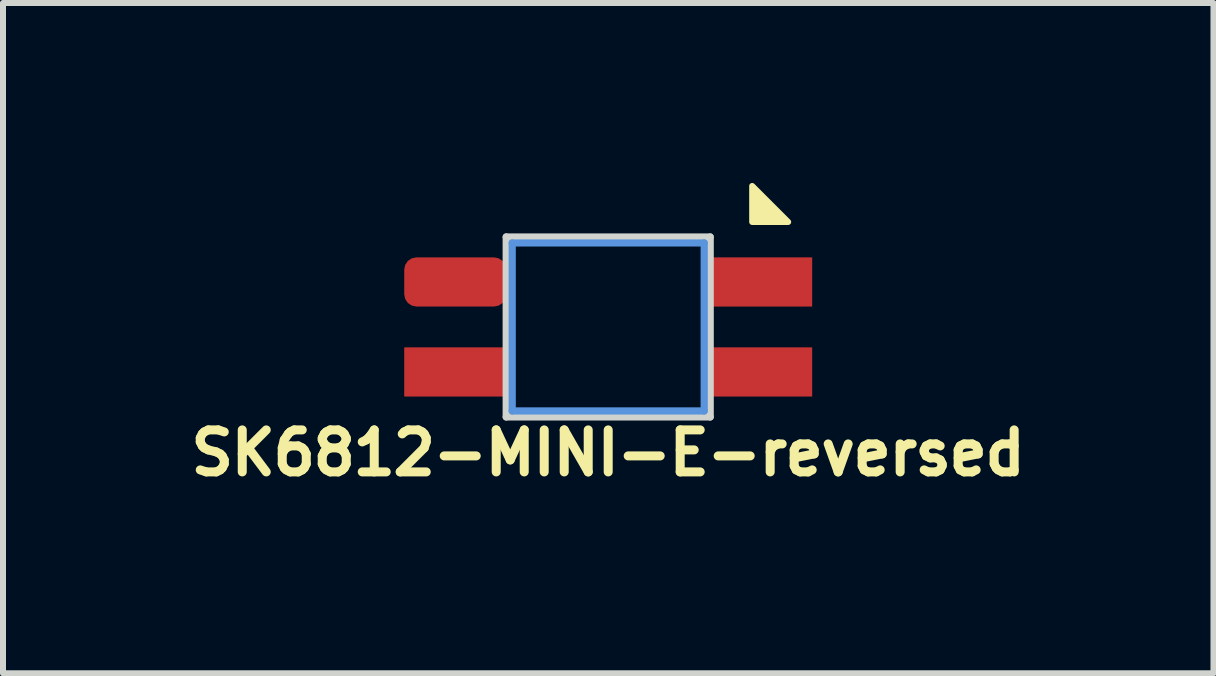
<source format=kicad_pcb>
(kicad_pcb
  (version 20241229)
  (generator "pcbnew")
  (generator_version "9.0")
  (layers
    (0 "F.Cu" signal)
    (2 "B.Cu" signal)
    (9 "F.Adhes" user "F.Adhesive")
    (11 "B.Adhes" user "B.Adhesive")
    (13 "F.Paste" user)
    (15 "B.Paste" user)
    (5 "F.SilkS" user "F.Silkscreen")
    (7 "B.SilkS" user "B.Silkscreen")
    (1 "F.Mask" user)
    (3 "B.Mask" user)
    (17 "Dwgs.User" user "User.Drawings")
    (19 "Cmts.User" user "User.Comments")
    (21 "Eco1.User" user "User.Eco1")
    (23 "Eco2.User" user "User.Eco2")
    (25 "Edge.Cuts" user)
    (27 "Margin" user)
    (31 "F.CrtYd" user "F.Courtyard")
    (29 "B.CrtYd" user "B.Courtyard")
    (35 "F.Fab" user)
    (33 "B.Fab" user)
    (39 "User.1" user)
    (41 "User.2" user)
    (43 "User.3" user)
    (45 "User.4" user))
  (footprint "SK6812-MINI-E-reversed"
    (layer "F.Cu")
    (at 7.088 2.4)
    (property "Reference" "SK6812-MINI-E-reversed" (at 0 2.1 0) (unlocked yes) (layer "F.SilkS") (effects (font (size 0.7 0.7) (thickness 0.15))))
    (attr through_hole)
    (fp_poly (pts (xy 3 -1.75) (xy 2.4 -1.75) (xy 2.4 -2.35)) (stroke (width 0.1) (type solid)) (fill yes) (layer "F.SilkS"))
    (fp_line (start -1.6 -1.4) (end -1.6 1.4) (stroke (width 0.12) (type solid)) (layer "Cmts.User"))
    (fp_line (start -1.6 1.4) (end 1.6 1.4) (stroke (width 0.12) (type solid)) (layer "Cmts.User"))
    (fp_line (start 1.6 -1.4) (end -1.6 -1.4) (stroke (width 0.12) (type solid)) (layer "Cmts.User"))
    (fp_line (start 1.6 1.4) (end 1.6 -1.4) (stroke (width 0.12) (type solid)) (layer "Cmts.User"))
    (fp_line (start -1.7 -1.5) (end -1.7 1.5) (stroke (width 0.12) (type solid)) (layer "Edge.Cuts"))
    (fp_line (start -1.7 1.5) (end 1.7 1.5) (stroke (width 0.12) (type solid)) (layer "Edge.Cuts"))
    (fp_line (start 1.7 -1.5) (end -1.7 -1.5) (stroke (width 0.12) (type solid)) (layer "Edge.Cuts"))
    (fp_line (start 1.7 1.5) (end 1.7 -1.5) (stroke (width 0.12) (type solid)) (layer "Edge.Cuts"))
    (pad "1" smd roundrect (at -2.55 -0.75) (size 1.7 0.82) (layers "F.Cu" "F.Mask" "F.Paste") (roundrect_rratio 0.25))
    (pad "2" smd rect (at 2.55 -0.75) (size 1.7 0.82) (layers "F.Cu" "F.Mask" "F.Paste"))
    (pad "3" smd rect (at 2.55 0.75) (size 1.7 0.82) (layers "F.Cu" "F.Mask" "F.Paste"))
    (pad "4" smd rect (at -2.55 0.75) (size 1.7 0.82) (layers "F.Cu" "F.Mask" "F.Paste")))
  (gr_rect
    (start -3 -3)
    (end 17.177 8.173)
    (stroke (width 0.1) (type default))
    (fill no)
    (layer "Edge.Cuts")))
</source>
